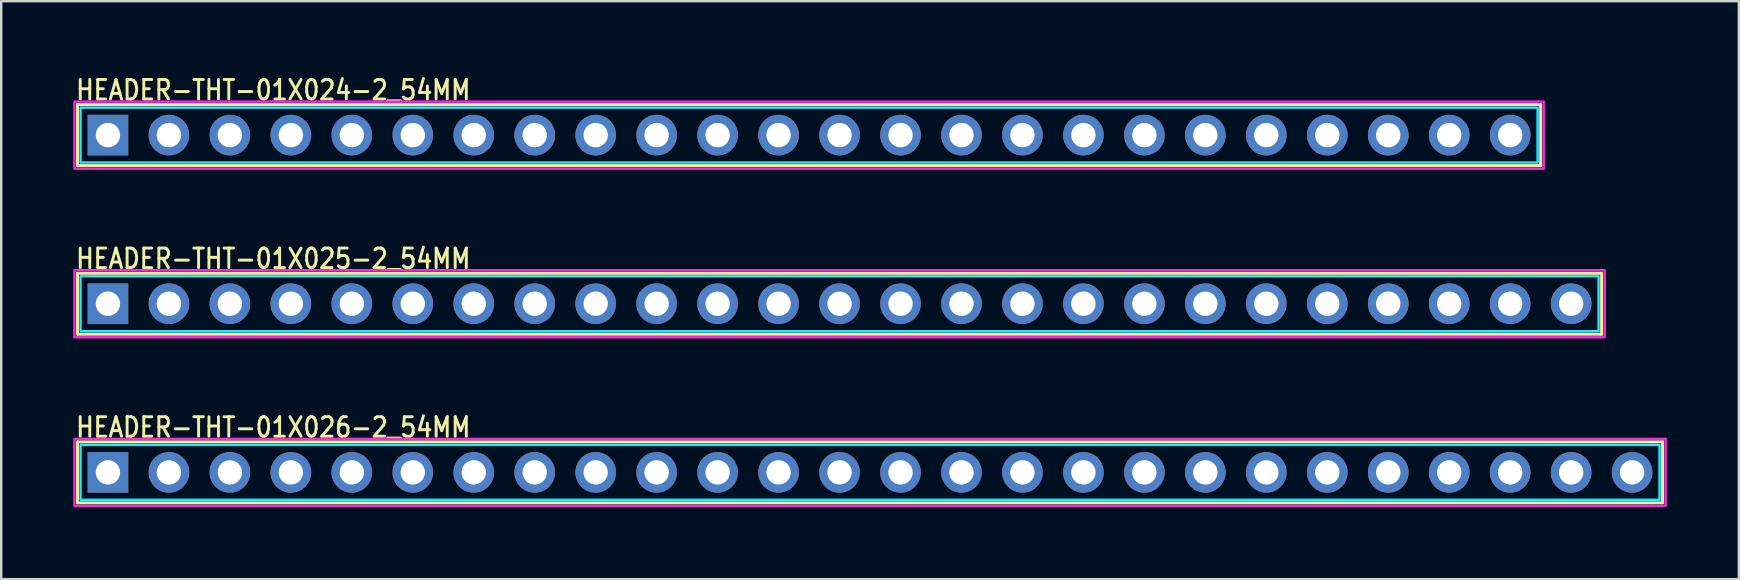
<source format=kicad_pcb>
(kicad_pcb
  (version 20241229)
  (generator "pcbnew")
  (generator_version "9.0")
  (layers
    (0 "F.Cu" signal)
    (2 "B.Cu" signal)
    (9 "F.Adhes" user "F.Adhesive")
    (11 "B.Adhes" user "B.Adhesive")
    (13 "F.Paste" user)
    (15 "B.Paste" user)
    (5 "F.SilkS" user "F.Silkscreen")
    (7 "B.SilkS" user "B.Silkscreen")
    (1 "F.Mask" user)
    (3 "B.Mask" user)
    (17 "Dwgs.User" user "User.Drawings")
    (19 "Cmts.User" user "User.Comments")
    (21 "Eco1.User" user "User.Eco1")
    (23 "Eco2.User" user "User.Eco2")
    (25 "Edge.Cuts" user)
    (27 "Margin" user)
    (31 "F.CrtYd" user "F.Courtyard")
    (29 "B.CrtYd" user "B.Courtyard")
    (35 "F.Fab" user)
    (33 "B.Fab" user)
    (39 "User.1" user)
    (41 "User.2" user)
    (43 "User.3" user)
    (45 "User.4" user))
  (footprint "HEADER-THT-01X026-2_54MM"
    (layer "F.Cu")
    (at 1.447 16.63)
    (property "Reference" "HEADER-THT-01X026-2_54MM" (at -1.4 -1.4 0) (unlocked yes) (layer "F.SilkS") (effects (font (size 0.813 0.695) (thickness 0.122)) (justify left bottom)))
    (fp_line (start -1.27 -1.27) (end -1.27 1.27) (stroke (width 0.127) (type solid)) (layer "F.SilkS"))
    (fp_line (start -1.27 1.27) (end 64.77 1.27) (stroke (width 0.127) (type solid)) (layer "F.SilkS"))
    (fp_line (start 64.77 -1.27) (end -1.27 -1.27) (stroke (width 0.127) (type solid)) (layer "F.SilkS"))
    (fp_line (start 64.77 1.27) (end 64.77 -1.27) (stroke (width 0.127) (type solid)) (layer "F.SilkS"))
    (fp_poly (pts (xy -1.143 -1.143) (xy 64.643 -1.143) (xy 64.643 1.143) (xy -1.143 1.143)) (stroke (width 0.1) (type solid)) (fill no) (layer "B.CrtYd"))
    (fp_poly (pts (xy -1.397 -1.397) (xy 64.897 -1.397) (xy 64.897 1.397) (xy -1.397 1.397)) (stroke (width 0.1) (type solid)) (fill no) (layer "F.CrtYd"))
    (pad "1" thru_hole rect (at 0 0) (size 1.693 1.693) (drill 1.016) (layers "*.Cu" "*.Mask"))
    (pad "2" thru_hole oval (at 2.54 0) (size 1.693 1.693) (drill 1.016) (layers "*.Cu" "*.Mask"))
    (pad "3" thru_hole oval (at 5.08 0) (size 1.693 1.693) (drill 1.016) (layers "*.Cu" "*.Mask"))
    (pad "4" thru_hole oval (at 7.62 0) (size 1.693 1.693) (drill 1.016) (layers "*.Cu" "*.Mask"))
    (pad "5" thru_hole oval (at 10.16 0) (size 1.693 1.693) (drill 1.016) (layers "*.Cu" "*.Mask"))
    (pad "6" thru_hole oval (at 12.7 0) (size 1.693 1.693) (drill 1.016) (layers "*.Cu" "*.Mask"))
    (pad "7" thru_hole oval (at 15.24 0) (size 1.693 1.693) (drill 1.016) (layers "*.Cu" "*.Mask"))
    (pad "8" thru_hole oval (at 17.78 0) (size 1.693 1.693) (drill 1.016) (layers "*.Cu" "*.Mask"))
    (pad "9" thru_hole oval (at 20.32 0) (size 1.693 1.693) (drill 1.016) (layers "*.Cu" "*.Mask"))
    (pad "10" thru_hole oval (at 22.86 0) (size 1.693 1.693) (drill 1.016) (layers "*.Cu" "*.Mask"))
    (pad "11" thru_hole oval (at 25.4 0) (size 1.693 1.693) (drill 1.016) (layers "*.Cu" "*.Mask"))
    (pad "12" thru_hole oval (at 27.94 0) (size 1.693 1.693) (drill 1.016) (layers "*.Cu" "*.Mask"))
    (pad "13" thru_hole oval (at 30.48 0) (size 1.693 1.693) (drill 1.016) (layers "*.Cu" "*.Mask"))
    (pad "14" thru_hole oval (at 33.02 0) (size 1.693 1.693) (drill 1.016) (layers "*.Cu" "*.Mask"))
    (pad "15" thru_hole oval (at 35.56 0) (size 1.693 1.693) (drill 1.016) (layers "*.Cu" "*.Mask"))
    (pad "16" thru_hole oval (at 38.1 0) (size 1.693 1.693) (drill 1.016) (layers "*.Cu" "*.Mask"))
    (pad "17" thru_hole oval (at 40.64 0) (size 1.693 1.693) (drill 1.016) (layers "*.Cu" "*.Mask"))
    (pad "18" thru_hole oval (at 43.18 0) (size 1.693 1.693) (drill 1.016) (layers "*.Cu" "*.Mask"))
    (pad "19" thru_hole oval (at 45.72 0) (size 1.693 1.693) (drill 1.016) (layers "*.Cu" "*.Mask"))
    (pad "20" thru_hole oval (at 48.26 0) (size 1.693 1.693) (drill 1.016) (layers "*.Cu" "*.Mask"))
    (pad "21" thru_hole oval (at 50.8 0) (size 1.693 1.693) (drill 1.016) (layers "*.Cu" "*.Mask"))
    (pad "22" thru_hole oval (at 53.34 0) (size 1.693 1.693) (drill 1.016) (layers "*.Cu" "*.Mask"))
    (pad "23" thru_hole oval (at 55.88 0) (size 1.693 1.693) (drill 1.016) (layers "*.Cu" "*.Mask"))
    (pad "24" thru_hole oval (at 58.42 0) (size 1.693 1.693) (drill 1.016) (layers "*.Cu" "*.Mask"))
    (pad "25" thru_hole oval (at 60.96 0) (size 1.693 1.693) (drill 1.016) (layers "*.Cu" "*.Mask"))
    (pad "26" thru_hole oval (at 63.5 0) (size 1.693 1.693) (drill 1.016) (layers "*.Cu" "*.Mask")))
  (footprint "HEADER-THT-01X025-2_54MM"
    (layer "F.Cu")
    (at 1.447 9.604)
    (property "Reference" "HEADER-THT-01X025-2_54MM" (at -1.4 -1.4 0) (unlocked yes) (layer "F.SilkS") (effects (font (size 0.813 0.695) (thickness 0.122)) (justify left bottom)))
    (fp_line (start -1.27 -1.27) (end -1.27 1.27) (stroke (width 0.127) (type solid)) (layer "F.SilkS"))
    (fp_line (start -1.27 1.27) (end 62.23 1.27) (stroke (width 0.127) (type solid)) (layer "F.SilkS"))
    (fp_line (start 62.23 -1.27) (end -1.27 -1.27) (stroke (width 0.127) (type solid)) (layer "F.SilkS"))
    (fp_line (start 62.23 1.27) (end 62.23 -1.27) (stroke (width 0.127) (type solid)) (layer "F.SilkS"))
    (fp_poly (pts (xy -1.143 -1.143) (xy 62.103 -1.143) (xy 62.103 1.143) (xy -1.143 1.143)) (stroke (width 0.1) (type solid)) (fill no) (layer "B.CrtYd"))
    (fp_poly (pts (xy -1.397 -1.397) (xy 62.357 -1.397) (xy 62.357 1.397) (xy -1.397 1.397)) (stroke (width 0.1) (type solid)) (fill no) (layer "F.CrtYd"))
    (pad "P$1" thru_hole rect (at 0 0) (size 1.693 1.693) (drill 1.016) (layers "*.Cu" "*.Mask"))
    (pad "P$2" thru_hole oval (at 2.54 0) (size 1.693 1.693) (drill 1.016) (layers "*.Cu" "*.Mask"))
    (pad "P$3" thru_hole oval (at 5.08 0) (size 1.693 1.693) (drill 1.016) (layers "*.Cu" "*.Mask"))
    (pad "P$4" thru_hole oval (at 7.62 0) (size 1.693 1.693) (drill 1.016) (layers "*.Cu" "*.Mask"))
    (pad "P$5" thru_hole oval (at 10.16 0) (size 1.693 1.693) (drill 1.016) (layers "*.Cu" "*.Mask"))
    (pad "P$6" thru_hole oval (at 12.7 0) (size 1.693 1.693) (drill 1.016) (layers "*.Cu" "*.Mask"))
    (pad "P$7" thru_hole oval (at 15.24 0) (size 1.693 1.693) (drill 1.016) (layers "*.Cu" "*.Mask"))
    (pad "P$8" thru_hole oval (at 17.78 0) (size 1.693 1.693) (drill 1.016) (layers "*.Cu" "*.Mask"))
    (pad "P$9" thru_hole oval (at 20.32 0) (size 1.693 1.693) (drill 1.016) (layers "*.Cu" "*.Mask"))
    (pad "P$10" thru_hole oval (at 22.86 0) (size 1.693 1.693) (drill 1.016) (layers "*.Cu" "*.Mask"))
    (pad "P$11" thru_hole oval (at 25.4 0) (size 1.693 1.693) (drill 1.016) (layers "*.Cu" "*.Mask"))
    (pad "P$12" thru_hole oval (at 27.94 0) (size 1.693 1.693) (drill 1.016) (layers "*.Cu" "*.Mask"))
    (pad "P$13" thru_hole oval (at 30.48 0) (size 1.693 1.693) (drill 1.016) (layers "*.Cu" "*.Mask"))
    (pad "P$14" thru_hole oval (at 33.02 0) (size 1.693 1.693) (drill 1.016) (layers "*.Cu" "*.Mask"))
    (pad "P$15" thru_hole oval (at 35.56 0) (size 1.693 1.693) (drill 1.016) (layers "*.Cu" "*.Mask"))
    (pad "P$16" thru_hole oval (at 38.1 0) (size 1.693 1.693) (drill 1.016) (layers "*.Cu" "*.Mask"))
    (pad "P$17" thru_hole oval (at 40.64 0) (size 1.693 1.693) (drill 1.016) (layers "*.Cu" "*.Mask"))
    (pad "P$18" thru_hole oval (at 43.18 0) (size 1.693 1.693) (drill 1.016) (layers "*.Cu" "*.Mask"))
    (pad "P$19" thru_hole oval (at 45.72 0) (size 1.693 1.693) (drill 1.016) (layers "*.Cu" "*.Mask"))
    (pad "P$20" thru_hole oval (at 48.26 0) (size 1.693 1.693) (drill 1.016) (layers "*.Cu" "*.Mask"))
    (pad "P$21" thru_hole oval (at 50.8 0) (size 1.693 1.693) (drill 1.016) (layers "*.Cu" "*.Mask"))
    (pad "P$22" thru_hole oval (at 53.34 0) (size 1.693 1.693) (drill 1.016) (layers "*.Cu" "*.Mask"))
    (pad "P$23" thru_hole oval (at 55.88 0) (size 1.693 1.693) (drill 1.016) (layers "*.Cu" "*.Mask"))
    (pad "P$24" thru_hole oval (at 58.42 0) (size 1.693 1.693) (drill 1.016) (layers "*.Cu" "*.Mask"))
    (pad "P$25" thru_hole oval (at 60.96 0) (size 1.693 1.693) (drill 1.016) (layers "*.Cu" "*.Mask")))
  (footprint "HEADER-THT-01X024-2_54MM"
    (layer "F.Cu")
    (at 1.447 2.579)
    (property "Reference" "HEADER-THT-01X024-2_54MM" (at -1.4 -1.4 0) (unlocked yes) (layer "F.SilkS") (effects (font (size 0.813 0.695) (thickness 0.122)) (justify left bottom)))
    (fp_line (start -1.27 -1.27) (end -1.27 1.27) (stroke (width 0.127) (type solid)) (layer "F.SilkS"))
    (fp_line (start -1.27 1.27) (end 59.69 1.27) (stroke (width 0.127) (type solid)) (layer "F.SilkS"))
    (fp_line (start 59.69 -1.27) (end -1.27 -1.27) (stroke (width 0.127) (type solid)) (layer "F.SilkS"))
    (fp_line (start 59.69 1.27) (end 59.69 -1.27) (stroke (width 0.127) (type solid)) (layer "F.SilkS"))
    (fp_poly (pts (xy -1.143 -1.143) (xy 59.563 -1.143) (xy 59.563 1.143) (xy -1.143 1.143)) (stroke (width 0.1) (type solid)) (fill no) (layer "B.CrtYd"))
    (fp_poly (pts (xy -1.397 -1.397) (xy 59.817 -1.397) (xy 59.817 1.397) (xy -1.397 1.397)) (stroke (width 0.1) (type solid)) (fill no) (layer "F.CrtYd"))
    (pad "1" thru_hole rect (at 0 0) (size 1.693 1.693) (drill 1.016) (layers "*.Cu" "*.Mask"))
    (pad "2" thru_hole oval (at 2.54 0) (size 1.693 1.693) (drill 1.016) (layers "*.Cu" "*.Mask"))
    (pad "3" thru_hole oval (at 5.08 0) (size 1.693 1.693) (drill 1.016) (layers "*.Cu" "*.Mask"))
    (pad "4" thru_hole oval (at 7.62 0) (size 1.693 1.693) (drill 1.016) (layers "*.Cu" "*.Mask"))
    (pad "5" thru_hole oval (at 10.16 0) (size 1.693 1.693) (drill 1.016) (layers "*.Cu" "*.Mask"))
    (pad "6" thru_hole oval (at 12.7 0) (size 1.693 1.693) (drill 1.016) (layers "*.Cu" "*.Mask"))
    (pad "7" thru_hole oval (at 15.24 0) (size 1.693 1.693) (drill 1.016) (layers "*.Cu" "*.Mask"))
    (pad "8" thru_hole oval (at 17.78 0) (size 1.693 1.693) (drill 1.016) (layers "*.Cu" "*.Mask"))
    (pad "9" thru_hole oval (at 20.32 0) (size 1.693 1.693) (drill 1.016) (layers "*.Cu" "*.Mask"))
    (pad "10" thru_hole oval (at 22.86 0) (size 1.693 1.693) (drill 1.016) (layers "*.Cu" "*.Mask"))
    (pad "11" thru_hole oval (at 25.4 0) (size 1.693 1.693) (drill 1.016) (layers "*.Cu" "*.Mask"))
    (pad "12" thru_hole oval (at 27.94 0) (size 1.693 1.693) (drill 1.016) (layers "*.Cu" "*.Mask"))
    (pad "13" thru_hole oval (at 30.48 0) (size 1.693 1.693) (drill 1.016) (layers "*.Cu" "*.Mask"))
    (pad "14" thru_hole oval (at 33.02 0) (size 1.693 1.693) (drill 1.016) (layers "*.Cu" "*.Mask"))
    (pad "15" thru_hole oval (at 35.56 0) (size 1.693 1.693) (drill 1.016) (layers "*.Cu" "*.Mask"))
    (pad "16" thru_hole oval (at 38.1 0) (size 1.693 1.693) (drill 1.016) (layers "*.Cu" "*.Mask"))
    (pad "17" thru_hole oval (at 40.64 0) (size 1.693 1.693) (drill 1.016) (layers "*.Cu" "*.Mask"))
    (pad "18" thru_hole oval (at 43.18 0) (size 1.693 1.693) (drill 1.016) (layers "*.Cu" "*.Mask"))
    (pad "19" thru_hole oval (at 45.72 0) (size 1.693 1.693) (drill 1.016) (layers "*.Cu" "*.Mask"))
    (pad "20" thru_hole oval (at 48.26 0) (size 1.693 1.693) (drill 1.016) (layers "*.Cu" "*.Mask"))
    (pad "21" thru_hole oval (at 50.8 0) (size 1.693 1.693) (drill 1.016) (layers "*.Cu" "*.Mask"))
    (pad "22" thru_hole oval (at 53.34 0) (size 1.693 1.693) (drill 1.016) (layers "*.Cu" "*.Mask"))
    (pad "23" thru_hole oval (at 55.88 0) (size 1.693 1.693) (drill 1.016) (layers "*.Cu" "*.Mask"))
    (pad "24" thru_hole oval (at 58.42 0) (size 1.693 1.693) (drill 1.016) (layers "*.Cu" "*.Mask")))
  (gr_rect
    (start -3 -3)
    (end 69.394 21.077)
    (stroke (width 0.1) (type default))
    (fill no)
    (layer "Edge.Cuts")))
</source>
